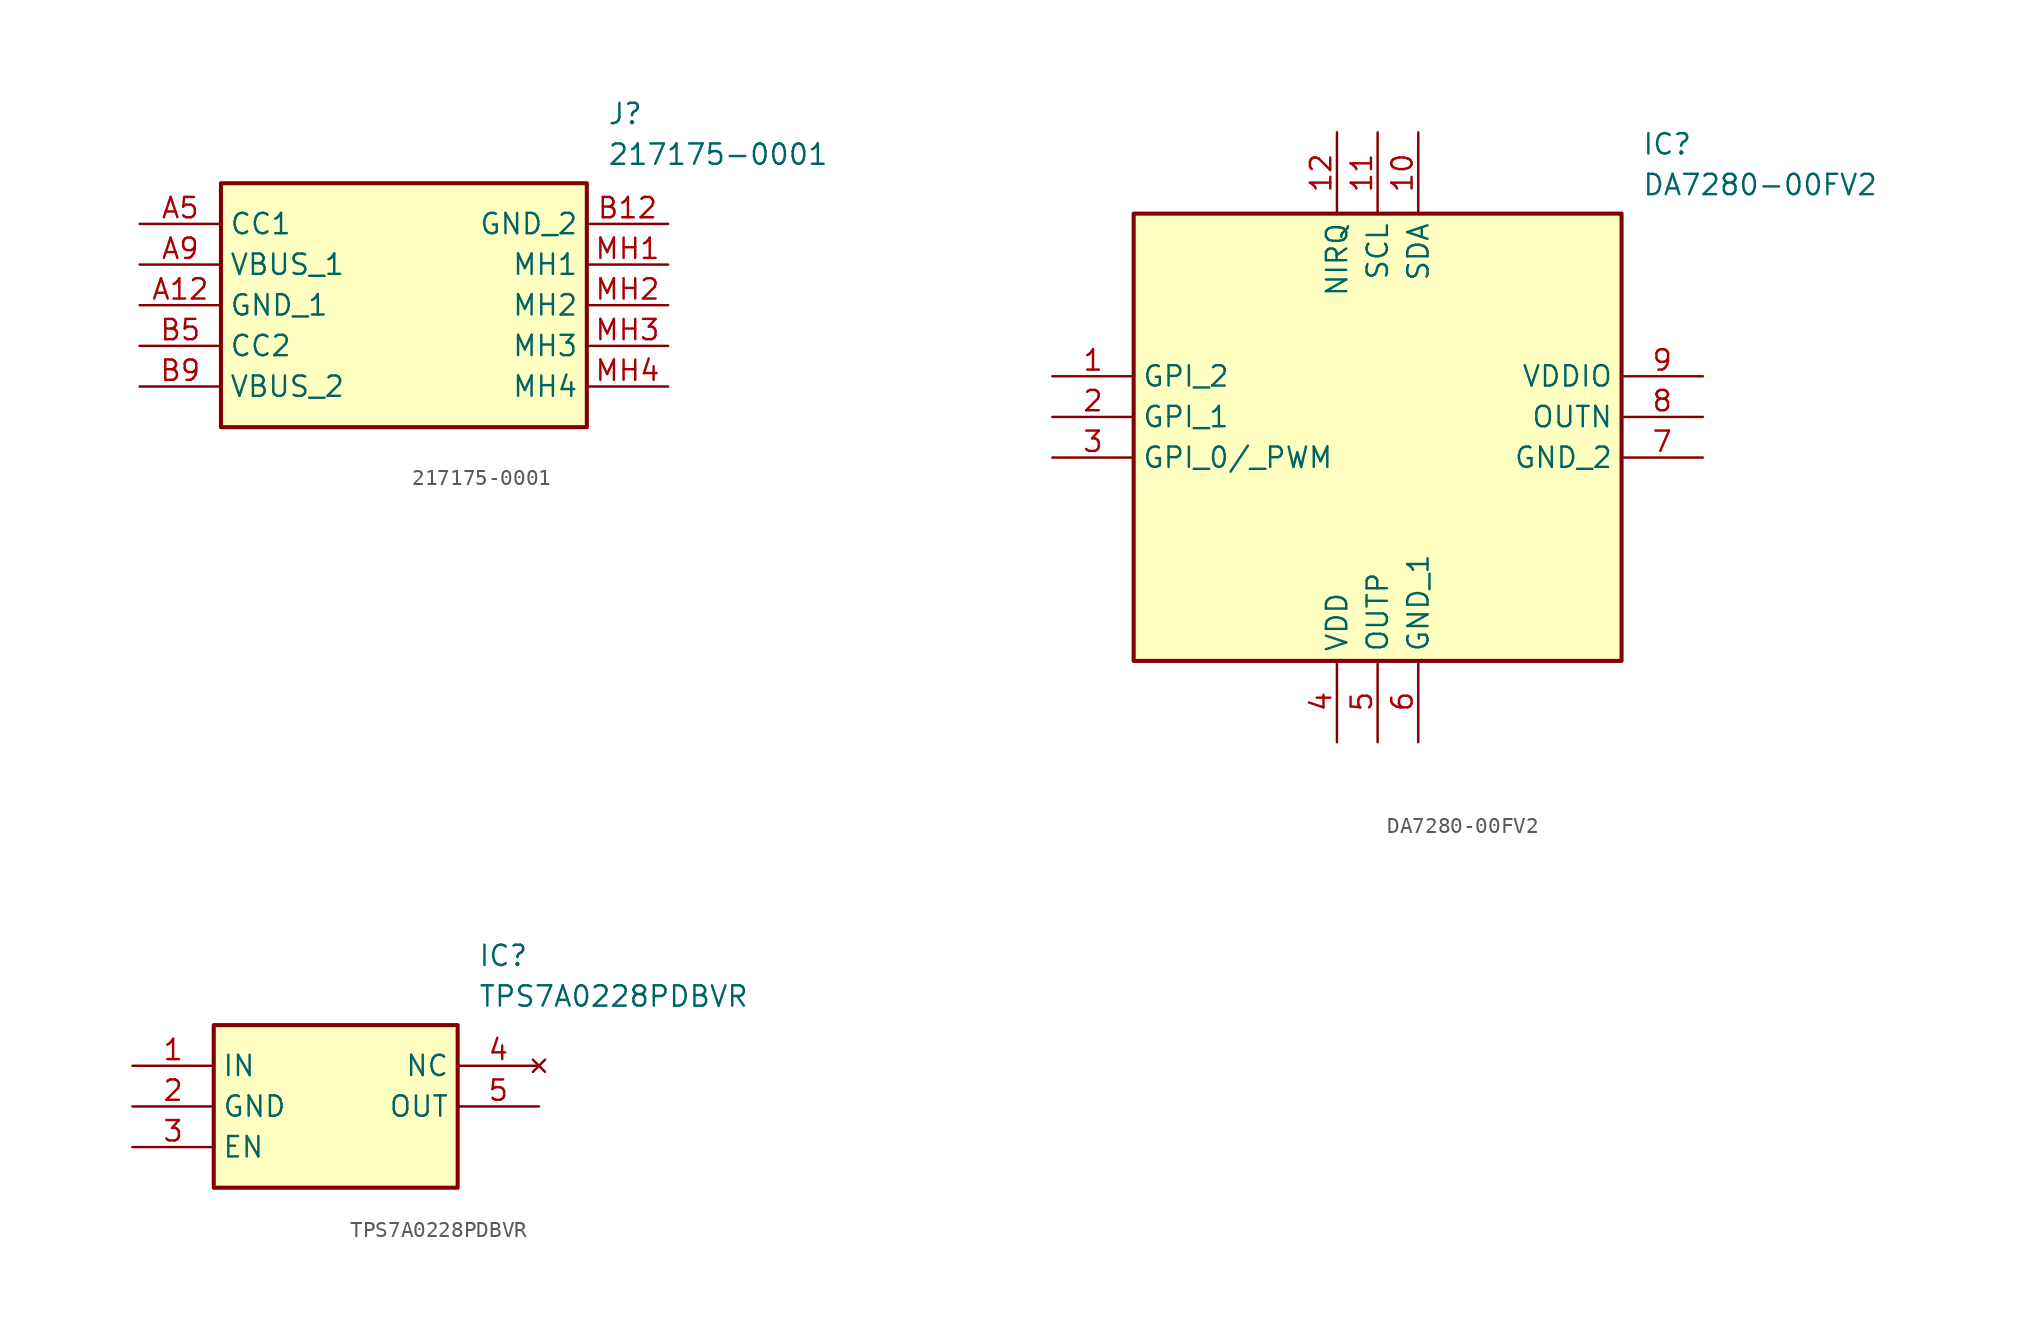
<source format=kicad_sym>
(kicad_symbol_lib
  (version 20231120)
  (generator "kicad_symbol_editor")
  (generator_version "8.0")
  (symbol "217175-0001"
    (property "Reference" "J"
      (at 29.21 7.62 0)
      (effects (font (size 1.27 1.27)) (justify left top)))
    (property "Value" "217175-0001"
      (at 29.21 5.08 0)
      (effects (font (size 1.27 1.27)) (justify left top)))
    (symbol "217175-0001_1_1"
      (rectangle (start 5.08 2.54) (end 27.94 -12.7) (stroke (width 0.254) (type default)) (fill (type background)))
      (pin passive line (at 0 -5.08 0) (length 5.08) (name "GND_1" (effects (font (size 1.27 1.27)))) (number "A12" (effects (font (size 1.27 1.27)))))
      (pin passive line (at 0 0 0) (length 5.08) (name "CC1" (effects (font (size 1.27 1.27)))) (number "A5" (effects (font (size 1.27 1.27)))))
      (pin passive line (at 0 -2.54 0) (length 5.08) (name "VBUS_1" (effects (font (size 1.27 1.27)))) (number "A9" (effects (font (size 1.27 1.27)))))
      (pin passive line (at 33.02 0 180) (length 5.08) (name "GND_2" (effects (font (size 1.27 1.27)))) (number "B12" (effects (font (size 1.27 1.27)))))
      (pin passive line (at 0 -7.62 0) (length 5.08) (name "CC2" (effects (font (size 1.27 1.27)))) (number "B5" (effects (font (size 1.27 1.27)))))
      (pin passive line (at 0 -10.16 0) (length 5.08) (name "VBUS_2" (effects (font (size 1.27 1.27)))) (number "B9" (effects (font (size 1.27 1.27)))))
      (pin passive line (at 33.02 -2.54 180) (length 5.08) (name "MH1" (effects (font (size 1.27 1.27)))) (number "MH1" (effects (font (size 1.27 1.27)))))
      (pin passive line (at 33.02 -5.08 180) (length 5.08) (name "MH2" (effects (font (size 1.27 1.27)))) (number "MH2" (effects (font (size 1.27 1.27)))))
      (pin passive line (at 33.02 -7.62 180) (length 5.08) (name "MH3" (effects (font (size 1.27 1.27)))) (number "MH3" (effects (font (size 1.27 1.27)))))
      (pin passive line (at 33.02 -10.16 180) (length 5.08) (name "MH4" (effects (font (size 1.27 1.27)))) (number "MH4" (effects (font (size 1.27 1.27)))))))
  (symbol "DA7280-00FV2"
    (property "Reference" "IC"
      (at 36.83 15.24 0)
      (effects (font (size 1.27 1.27)) (justify left top)))
    (property "Value" "DA7280-00FV2"
      (at 36.83 12.7 0)
      (effects (font (size 1.27 1.27)) (justify left top)))
    (symbol "DA7280-00FV2_1_1"
      (rectangle (start 5.08 10.16) (end 35.56 -17.78) (stroke (width 0.254) (type default)) (fill (type background)))
      (pin passive line (at 0 0 0) (length 5.08) (name "GPI_2" (effects (font (size 1.27 1.27)))) (number "1" (effects (font (size 1.27 1.27)))))
      (pin passive line (at 22.86 15.24 270) (length 5.08) (name "SDA" (effects (font (size 1.27 1.27)))) (number "10" (effects (font (size 1.27 1.27)))))
      (pin passive line (at 20.32 15.24 270) (length 5.08) (name "SCL" (effects (font (size 1.27 1.27)))) (number "11" (effects (font (size 1.27 1.27)))))
      (pin passive line (at 17.78 15.24 270) (length 5.08) (name "NIRQ" (effects (font (size 1.27 1.27)))) (number "12" (effects (font (size 1.27 1.27)))))
      (pin passive line (at 0 -2.54 0) (length 5.08) (name "GPI_1" (effects (font (size 1.27 1.27)))) (number "2" (effects (font (size 1.27 1.27)))))
      (pin passive line (at 0 -5.08 0) (length 5.08) (name "GPI_0/_PWM" (effects (font (size 1.27 1.27)))) (number "3" (effects (font (size 1.27 1.27)))))
      (pin passive line (at 17.78 -22.86 90) (length 5.08) (name "VDD" (effects (font (size 1.27 1.27)))) (number "4" (effects (font (size 1.27 1.27)))))
      (pin passive line (at 20.32 -22.86 90) (length 5.08) (name "OUTP" (effects (font (size 1.27 1.27)))) (number "5" (effects (font (size 1.27 1.27)))))
      (pin passive line (at 22.86 -22.86 90) (length 5.08) (name "GND_1" (effects (font (size 1.27 1.27)))) (number "6" (effects (font (size 1.27 1.27)))))
      (pin passive line (at 40.64 -5.08 180) (length 5.08) (name "GND_2" (effects (font (size 1.27 1.27)))) (number "7" (effects (font (size 1.27 1.27)))))
      (pin passive line (at 40.64 -2.54 180) (length 5.08) (name "OUTN" (effects (font (size 1.27 1.27)))) (number "8" (effects (font (size 1.27 1.27)))))
      (pin passive line (at 40.64 0 180) (length 5.08) (name "VDDIO" (effects (font (size 1.27 1.27)))) (number "9" (effects (font (size 1.27 1.27)))))))
  (symbol "TPS7A0228PDBVR"
    (property "Reference" "IC"
      (at 21.59 7.62 0)
      (effects (font (size 1.27 1.27)) (justify left top)))
    (property "Value" "TPS7A0228PDBVR"
      (at 21.59 5.08 0)
      (effects (font (size 1.27 1.27)) (justify left top)))
    (symbol "TPS7A0228PDBVR_1_1"
      (rectangle (start 5.08 2.54) (end 20.32 -7.62) (stroke (width 0.254) (type default)) (fill (type background)))
      (pin passive line (at 0 0 0) (length 5.08) (name "IN" (effects (font (size 1.27 1.27)))) (number "1" (effects (font (size 1.27 1.27)))))
      (pin passive line (at 0 -2.54 0) (length 5.08) (name "GND" (effects (font (size 1.27 1.27)))) (number "2" (effects (font (size 1.27 1.27)))))
      (pin passive line (at 0 -5.08 0) (length 5.08) (name "EN" (effects (font (size 1.27 1.27)))) (number "3" (effects (font (size 1.27 1.27)))))
      (pin no_connect line (at 25.4 0 180) (length 5.08) (name "NC" (effects (font (size 1.27 1.27)))) (number "4" (effects (font (size 1.27 1.27)))))
      (pin passive line (at 25.4 -2.54 180) (length 5.08) (name "OUT" (effects (font (size 1.27 1.27)))) (number "5" (effects (font (size 1.27 1.27))))))))
</source>
